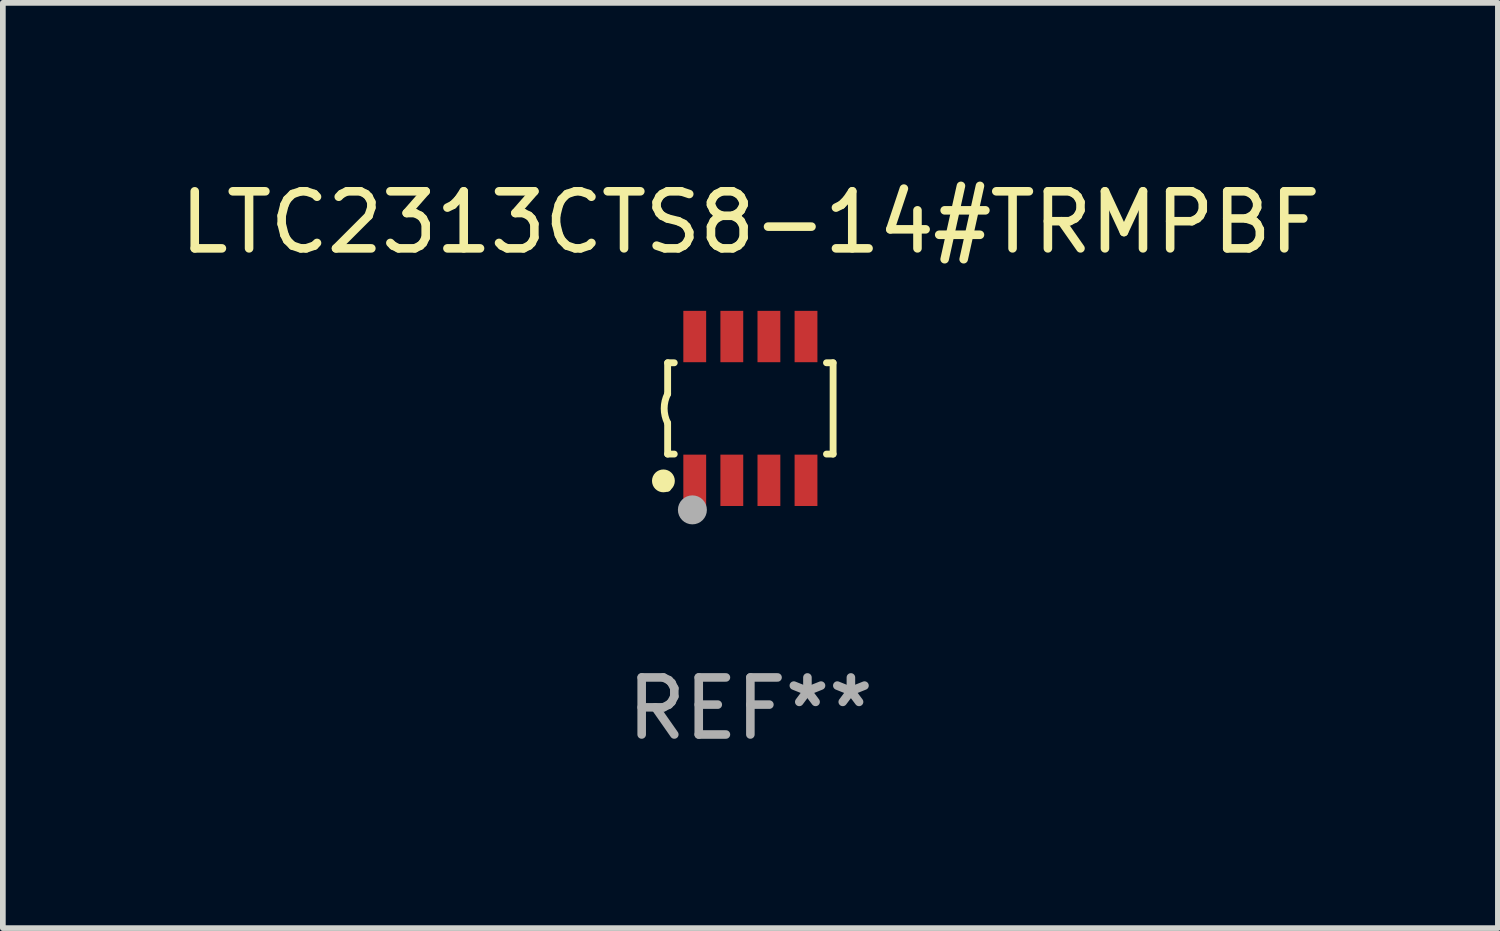
<source format=kicad_pcb>
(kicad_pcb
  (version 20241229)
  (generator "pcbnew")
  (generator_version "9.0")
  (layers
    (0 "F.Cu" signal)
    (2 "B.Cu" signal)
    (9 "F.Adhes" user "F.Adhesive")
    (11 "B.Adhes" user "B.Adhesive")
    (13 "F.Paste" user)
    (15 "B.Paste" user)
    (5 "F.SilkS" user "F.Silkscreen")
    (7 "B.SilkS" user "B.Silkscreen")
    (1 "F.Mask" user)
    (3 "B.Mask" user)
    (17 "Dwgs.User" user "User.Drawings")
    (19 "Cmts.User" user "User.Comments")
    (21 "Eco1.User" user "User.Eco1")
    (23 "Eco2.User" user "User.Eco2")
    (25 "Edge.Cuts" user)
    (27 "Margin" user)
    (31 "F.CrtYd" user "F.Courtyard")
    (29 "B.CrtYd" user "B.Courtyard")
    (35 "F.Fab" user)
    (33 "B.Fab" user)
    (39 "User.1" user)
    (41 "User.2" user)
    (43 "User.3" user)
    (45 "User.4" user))
  (footprint "LTC2313CTS8-14#TRMPBF"
    (layer "F.Cu")
    (at 10.101 4.108)
    (property "Reference" "LTC2313CTS8-14#TRMPBF" (at 0 -3.26 0) (layer "F.SilkS") (effects (font (size 1 1) (thickness 0.15))))
    (attr through_hole)
    (fp_line (start -1.45 -0.8) (end -1.45 -0.254) (stroke (width 0.12) (type solid)) (layer "F.SilkS"))
    (fp_line (start -1.45 -0.8) (end -1.334 -0.8) (stroke (width 0.12) (type solid)) (layer "F.SilkS"))
    (fp_line (start -1.45 0.8) (end -1.45 0.254) (stroke (width 0.12) (type solid)) (layer "F.SilkS"))
    (fp_line (start -1.45 0.8) (end -1.334 0.8) (stroke (width 0.12) (type solid)) (layer "F.SilkS"))
    (fp_line (start 1.334 -0.8) (end 1.45 -0.8) (stroke (width 0.12) (type solid)) (layer "F.SilkS"))
    (fp_line (start 1.334 0.8) (end 1.45 0.8) (stroke (width 0.12) (type solid)) (layer "F.SilkS"))
    (fp_line (start 1.45 0.8) (end 1.45 -0.8) (stroke (width 0.12) (type solid)) (layer "F.SilkS"))
    (fp_arc (start -1.45075 0.255144) (mid -1.510605 0.000434) (end -1.450013 -0.254102) (stroke (width 0.11999) (type solid)) (layer "F.SilkS"))
    (fp_circle (center -1.524 1.27) (end -1.424 1.27) (stroke (width 0.2) (type solid)) (fill no) (layer "F.SilkS"))
    (fp_circle (center -1.45 1.4) (end -1.42 1.4) (stroke (width 0.06) (type solid)) (fill no) (layer "F.SilkS"))
    (fp_circle (center -1.016 1.778) (end -0.889 1.778) (stroke (width 0.254) (type solid)) (fill no) (layer "F.Fab"))
    (fp_text user "REF**" (at 0 5.26 0) (layer "F.Fab") (effects (font (size 1 1) (thickness 0.15))))
    (pad "1" smd rect (at -0.975 1.26) (size 0.4 0.9) (layers "F.Cu" "F.Mask" "F.Paste"))
    (pad "2" smd rect (at -0.325 1.26) (size 0.4 0.9) (layers "F.Cu" "F.Mask" "F.Paste"))
    (pad "3" smd rect (at 0.325 1.26) (size 0.4 0.9) (layers "F.Cu" "F.Mask" "F.Paste"))
    (pad "4" smd rect (at 0.975 1.26) (size 0.4 0.9) (layers "F.Cu" "F.Mask" "F.Paste"))
    (pad "5" smd rect (at 0.975 -1.26) (size 0.4 0.9) (layers "F.Cu" "F.Mask" "F.Paste"))
    (pad "6" smd rect (at 0.325 -1.26) (size 0.4 0.9) (layers "F.Cu" "F.Mask" "F.Paste"))
    (pad "7" smd rect (at -0.325 -1.26) (size 0.4 0.9) (layers "F.Cu" "F.Mask" "F.Paste"))
    (pad "8" smd rect (at -0.975 -1.26) (size 0.4 0.9) (layers "F.Cu" "F.Mask" "F.Paste")))
  (gr_rect
    (start -3 -3)
    (end 23.202 13.216)
    (stroke (width 0.1) (type default))
    (fill no)
    (layer "Edge.Cuts")))
</source>
